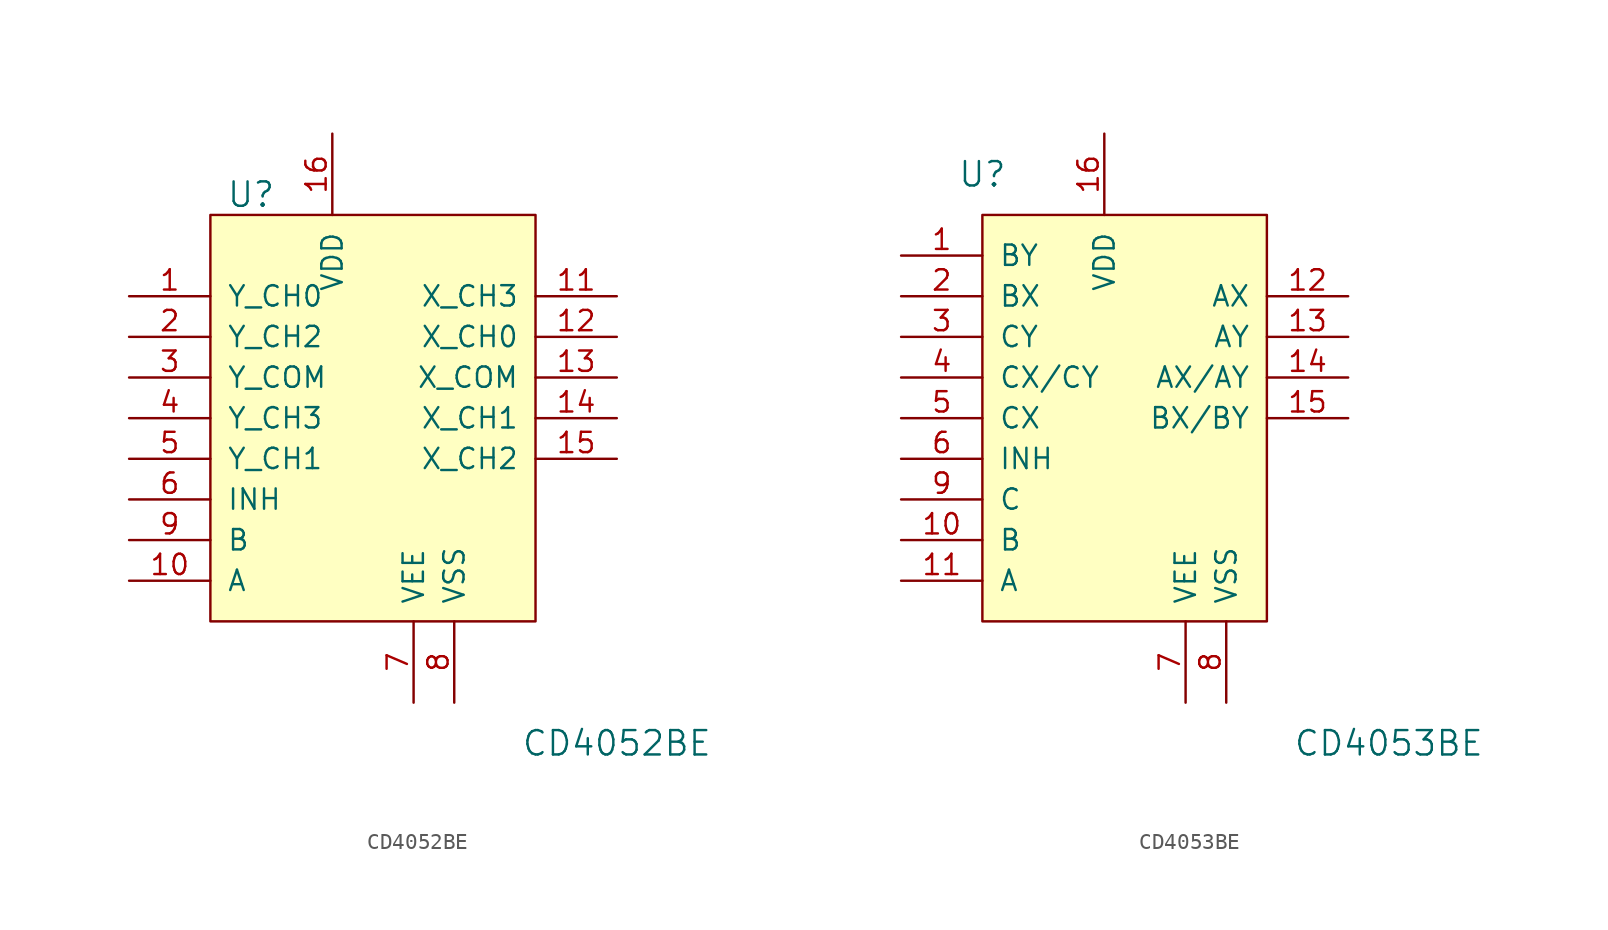
<source format=kicad_sym>
(kicad_symbol_lib
  (version 20231120)
  (generator "kicad_symbol_editor")
  (generator_version "8.0")
  (symbol "CD4052BE"
    (pin_names
      (offset 1.016))
    (property "Reference" "U"
      (at -7.62 13.97 0)
      (effects (font (size 1.524 1.524))))
    (property "Value" "CD4052BE"
      (at 15.24 -20.32 0)
      (effects (font (size 1.524 1.524))))
    (symbol "CD4052BE_0_1"
      (rectangle (start -10.16 12.7) (end 10.16 -12.7) (stroke (width 0) (type default)) (fill (type background))))
    (symbol "CD4052BE_1_1"
      (pin bidirectional line (at -15.24 7.62 0) (length 5.08) (name "Y_CH0" (effects (font (size 1.27 1.27)))) (number "1" (effects (font (size 1.27 1.27)))))
      (pin input line (at -15.24 -10.16 0) (length 5.08) (name "A" (effects (font (size 1.27 1.27)))) (number "10" (effects (font (size 1.27 1.27)))))
      (pin bidirectional line (at 15.24 7.62 180) (length 5.08) (name "X_CH3" (effects (font (size 1.27 1.27)))) (number "11" (effects (font (size 1.27 1.27)))))
      (pin bidirectional line (at 15.24 5.08 180) (length 5.08) (name "X_CH0" (effects (font (size 1.27 1.27)))) (number "12" (effects (font (size 1.27 1.27)))))
      (pin bidirectional line (at 15.24 2.54 180) (length 5.08) (name "X_COM" (effects (font (size 1.27 1.27)))) (number "13" (effects (font (size 1.27 1.27)))))
      (pin bidirectional line (at 15.24 0 180) (length 5.08) (name "X_CH1" (effects (font (size 1.27 1.27)))) (number "14" (effects (font (size 1.27 1.27)))))
      (pin bidirectional line (at 15.24 -2.54 180) (length 5.08) (name "X_CH2" (effects (font (size 1.27 1.27)))) (number "15" (effects (font (size 1.27 1.27)))))
      (pin power_in line (at -2.54 17.78 270) (length 5.08) (name "VDD" (effects (font (size 1.27 1.27)))) (number "16" (effects (font (size 1.27 1.27)))))
      (pin bidirectional line (at -15.24 5.08 0) (length 5.08) (name "Y_CH2" (effects (font (size 1.27 1.27)))) (number "2" (effects (font (size 1.27 1.27)))))
      (pin bidirectional line (at -15.24 2.54 0) (length 5.08) (name "Y_COM" (effects (font (size 1.27 1.27)))) (number "3" (effects (font (size 1.27 1.27)))))
      (pin bidirectional line (at -15.24 0 0) (length 5.08) (name "Y_CH3" (effects (font (size 1.27 1.27)))) (number "4" (effects (font (size 1.27 1.27)))))
      (pin bidirectional line (at -15.24 -2.54 0) (length 5.08) (name "Y_CH1" (effects (font (size 1.27 1.27)))) (number "5" (effects (font (size 1.27 1.27)))))
      (pin input line (at -15.24 -5.08 0) (length 5.08) (name "INH" (effects (font (size 1.27 1.27)))) (number "6" (effects (font (size 1.27 1.27)))))
      (pin power_in line (at 2.54 -17.78 90) (length 5.08) (name "VEE" (effects (font (size 1.27 1.27)))) (number "7" (effects (font (size 1.27 1.27)))))
      (pin power_in line (at 5.08 -17.78 90) (length 5.08) (name "VSS" (effects (font (size 1.27 1.27)))) (number "8" (effects (font (size 1.27 1.27)))))
      (pin input line (at -15.24 -7.62 0) (length 5.08) (name "B" (effects (font (size 1.27 1.27)))) (number "9" (effects (font (size 1.27 1.27)))))))
  (symbol "CD4053BE"
    (pin_names
      (offset 1.016))
    (property "Reference" "U"
      (at -7.62 15.24 0)
      (effects (font (size 1.524 1.524))))
    (property "Value" "CD4053BE"
      (at 17.78 -20.32 0)
      (effects (font (size 1.524 1.524))))
    (symbol "CD4053BE_0_1"
      (rectangle (start -7.62 12.7) (end 10.16 -12.7) (stroke (width 0) (type default)) (fill (type background))))
    (symbol "CD4053BE_1_1"
      (pin bidirectional line (at -12.7 10.16 0) (length 5.08) (name "BY" (effects (font (size 1.27 1.27)))) (number "1" (effects (font (size 1.27 1.27)))))
      (pin input line (at -12.7 -7.62 0) (length 5.08) (name "B" (effects (font (size 1.27 1.27)))) (number "10" (effects (font (size 1.27 1.27)))))
      (pin input line (at -12.7 -10.16 0) (length 5.08) (name "A" (effects (font (size 1.27 1.27)))) (number "11" (effects (font (size 1.27 1.27)))))
      (pin bidirectional line (at 15.24 7.62 180) (length 5.08) (name "AX" (effects (font (size 1.27 1.27)))) (number "12" (effects (font (size 1.27 1.27)))))
      (pin bidirectional line (at 15.24 5.08 180) (length 5.08) (name "AY" (effects (font (size 1.27 1.27)))) (number "13" (effects (font (size 1.27 1.27)))))
      (pin bidirectional line (at 15.24 2.54 180) (length 5.08) (name "AX/AY" (effects (font (size 1.27 1.27)))) (number "14" (effects (font (size 1.27 1.27)))))
      (pin bidirectional line (at 15.24 0 180) (length 5.08) (name "BX/BY" (effects (font (size 1.27 1.27)))) (number "15" (effects (font (size 1.27 1.27)))))
      (pin power_in line (at 0 17.78 270) (length 5.08) (name "VDD" (effects (font (size 1.27 1.27)))) (number "16" (effects (font (size 1.27 1.27)))))
      (pin bidirectional line (at -12.7 7.62 0) (length 5.08) (name "BX" (effects (font (size 1.27 1.27)))) (number "2" (effects (font (size 1.27 1.27)))))
      (pin bidirectional line (at -12.7 5.08 0) (length 5.08) (name "CY" (effects (font (size 1.27 1.27)))) (number "3" (effects (font (size 1.27 1.27)))))
      (pin bidirectional line (at -12.7 2.54 0) (length 5.08) (name "CX/CY" (effects (font (size 1.27 1.27)))) (number "4" (effects (font (size 1.27 1.27)))))
      (pin bidirectional line (at -12.7 0 0) (length 5.08) (name "CX" (effects (font (size 1.27 1.27)))) (number "5" (effects (font (size 1.27 1.27)))))
      (pin input line (at -12.7 -2.54 0) (length 5.08) (name "INH" (effects (font (size 1.27 1.27)))) (number "6" (effects (font (size 1.27 1.27)))))
      (pin power_in line (at 5.08 -17.78 90) (length 5.08) (name "VEE" (effects (font (size 1.27 1.27)))) (number "7" (effects (font (size 1.27 1.27)))))
      (pin power_in line (at 7.62 -17.78 90) (length 5.08) (name "VSS" (effects (font (size 1.27 1.27)))) (number "8" (effects (font (size 1.27 1.27)))))
      (pin input line (at -12.7 -5.08 0) (length 5.08) (name "C" (effects (font (size 1.27 1.27)))) (number "9" (effects (font (size 1.27 1.27))))))))
</source>
